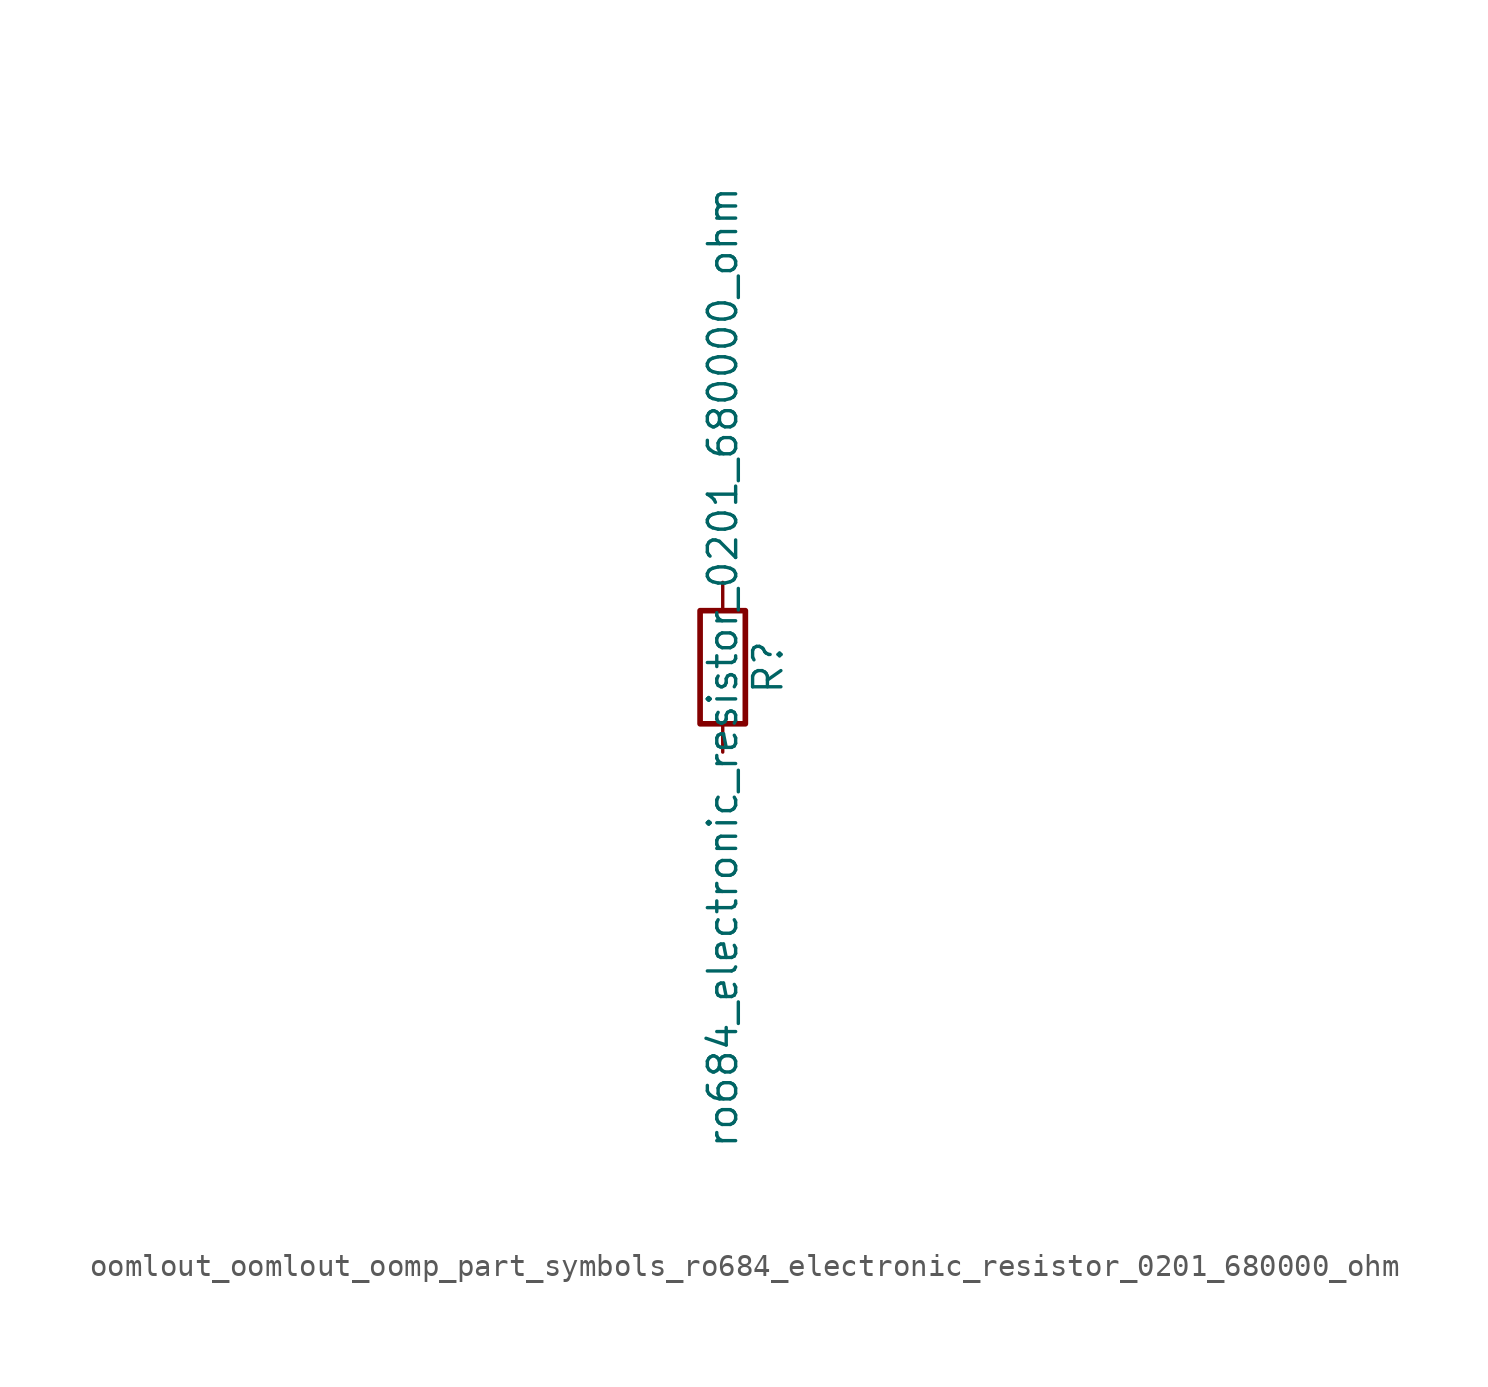
<source format=kicad_sym>
(kicad_symbol_lib
  (version 20220914)
  (generator kicad_symbol_editor)
  (symbol "oomlout_oomlout_oomp_part_symbols_ro684_electronic_resistor_0201_680000_ohm"
    (pin_numbers hide)
    (pin_names
      (offset 0))
    (property "Reference" "R"
      (at 2.032 0 90)
      (effects (font (size 1.27 1.27))))
    (property "Value" "ro684_electronic_resistor_0201_680000_ohm"
      (at 0 0 90)
      (effects (font (size 1.27 1.27))))
    (symbol "oomlout_oomlout_oomp_part_symbols_ro684_electronic_resistor_0201_680000_ohm_0_1"
      (rectangle (start -1.016 -2.54) (end 1.016 2.54) (stroke (width 0.254) (type default)) (fill (type none))))
    (symbol "oomlout_oomlout_oomp_part_symbols_ro684_electronic_resistor_0201_680000_ohm_1_1"
      (pin passive line (at 0 3.81 270) (length 1.27) (name "~" (effects (font (size 1.27 1.27)))) (number "1" (effects (font (size 1.27 1.27)))))
      (pin passive line (at 0 -3.81 90) (length 1.27) (name "~" (effects (font (size 1.27 1.27)))) (number "2" (effects (font (size 1.27 1.27))))))))
</source>
